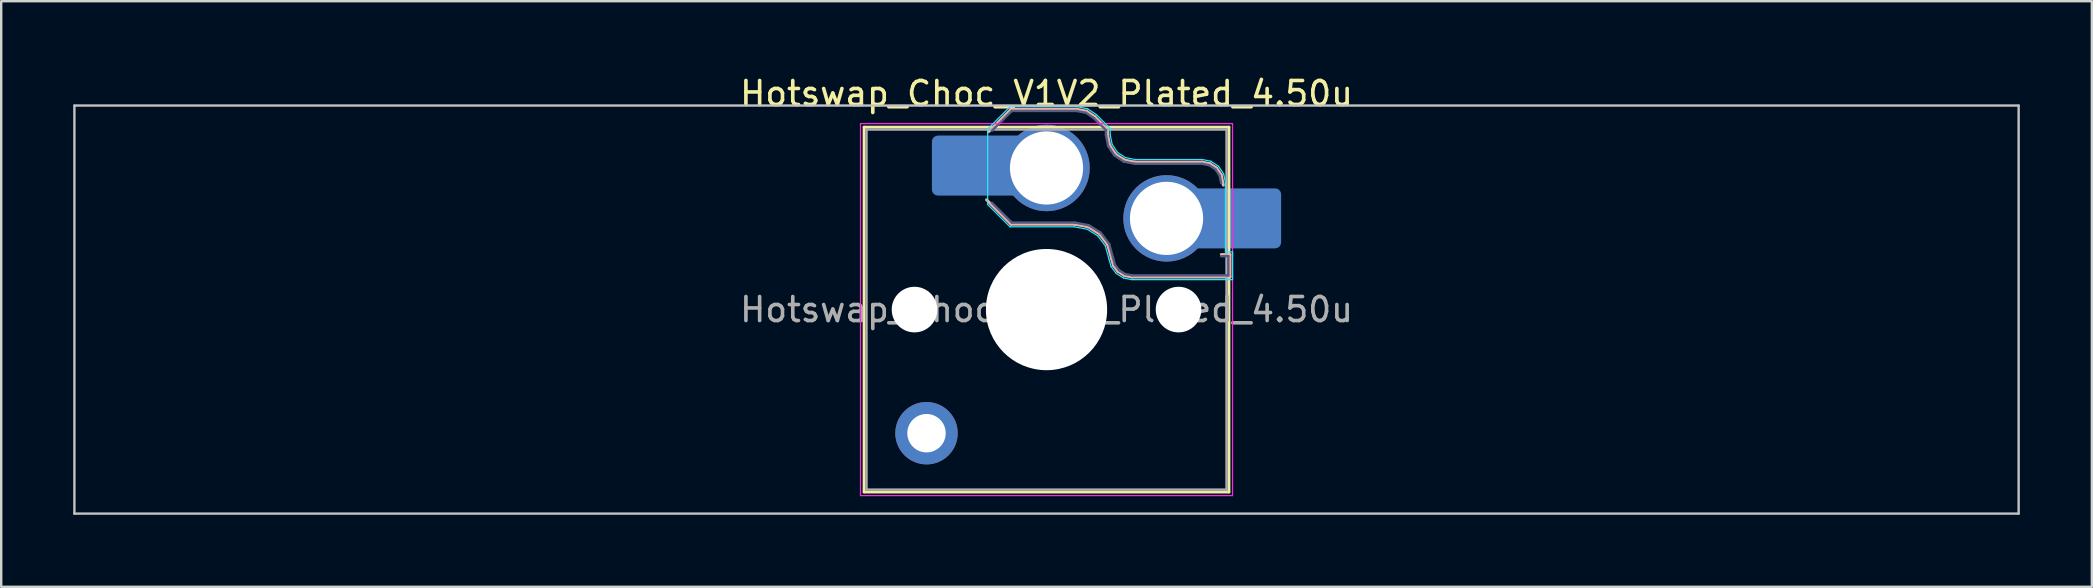
<source format=kicad_pcb>
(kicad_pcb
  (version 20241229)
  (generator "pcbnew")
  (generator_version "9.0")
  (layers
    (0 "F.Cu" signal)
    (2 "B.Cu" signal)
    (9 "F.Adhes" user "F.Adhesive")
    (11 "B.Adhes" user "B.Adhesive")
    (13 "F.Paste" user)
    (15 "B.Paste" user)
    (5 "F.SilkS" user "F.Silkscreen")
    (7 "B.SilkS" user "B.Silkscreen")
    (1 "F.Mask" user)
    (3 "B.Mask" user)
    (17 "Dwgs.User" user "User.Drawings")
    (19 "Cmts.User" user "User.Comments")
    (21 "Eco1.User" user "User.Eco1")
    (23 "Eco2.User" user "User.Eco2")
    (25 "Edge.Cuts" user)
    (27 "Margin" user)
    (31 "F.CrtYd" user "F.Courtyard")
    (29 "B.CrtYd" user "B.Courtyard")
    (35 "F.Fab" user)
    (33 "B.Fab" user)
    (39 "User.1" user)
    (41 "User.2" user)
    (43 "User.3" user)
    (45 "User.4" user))
  (footprint "Hotswap_Choc_V1V2_Plated_4.50u"
    (layer "F.Cu")
    (at 40.55 9.848)
    (property "Reference" "Hotswap_Choc_V1V2_Plated_4.50u" (at 0 -9 0) (layer "F.SilkS") (effects (font (size 1 1) (thickness 0.15))))
    (attr smd allow_soldermask_bridges)
    (fp_line (start -7.6 -7.6) (end -7.6 7.6) (stroke (width 0.12) (type solid)) (layer "F.SilkS"))
    (fp_line (start -7.6 7.6) (end 7.6 7.6) (stroke (width 0.12) (type solid)) (layer "F.SilkS"))
    (fp_line (start 7.6 -7.6) (end -7.6 -7.6) (stroke (width 0.12) (type solid)) (layer "F.SilkS"))
    (fp_line (start 7.6 7.6) (end 7.6 -7.6) (stroke (width 0.12) (type solid)) (layer "F.SilkS"))
    (fp_line (start -2.416 -7.409) (end -1.479 -8.346) (stroke (width 0.12) (type solid)) (layer "B.SilkS"))
    (fp_line (start -1.479 -8.346) (end 1.268 -8.346) (stroke (width 0.12) (type solid)) (layer "B.SilkS"))
    (fp_line (start -1.479 -3.554) (end -2.5 -4.575) (stroke (width 0.12) (type solid)) (layer "B.SilkS"))
    (fp_line (start 1.168 -3.554) (end -1.479 -3.554) (stroke (width 0.12) (type solid)) (layer "B.SilkS"))
    (fp_line (start 1.268 -8.346) (end 1.671 -8.266) (stroke (width 0.12) (type solid)) (layer "B.SilkS"))
    (fp_line (start 1.671 -8.266) (end 2.013 -8.037) (stroke (width 0.12) (type solid)) (layer "B.SilkS"))
    (fp_line (start 1.73 -3.449) (end 1.168 -3.554) (stroke (width 0.12) (type solid)) (layer "B.SilkS"))
    (fp_line (start 2.013 -8.037) (end 2.546 -7.504) (stroke (width 0.12) (type solid)) (layer "B.SilkS"))
    (fp_line (start 2.209 -3.15) (end 1.73 -3.449) (stroke (width 0.12) (type solid)) (layer "B.SilkS"))
    (fp_line (start 2.546 -7.504) (end 2.546 -7.282) (stroke (width 0.12) (type solid)) (layer "B.SilkS"))
    (fp_line (start 2.546 -7.282) (end 2.633 -6.844) (stroke (width 0.12) (type solid)) (layer "B.SilkS"))
    (fp_line (start 2.547 -2.697) (end 2.209 -3.15) (stroke (width 0.12) (type solid)) (layer "B.SilkS"))
    (fp_line (start 2.633 -6.844) (end 2.877 -6.477) (stroke (width 0.12) (type solid)) (layer "B.SilkS"))
    (fp_line (start 2.701 -2.139) (end 2.547 -2.697) (stroke (width 0.12) (type solid)) (layer "B.SilkS"))
    (fp_line (start 2.783 -1.841) (end 2.701 -2.139) (stroke (width 0.12) (type solid)) (layer "B.SilkS"))
    (fp_line (start 2.877 -6.477) (end 3.244 -6.233) (stroke (width 0.12) (type solid)) (layer "B.SilkS"))
    (fp_line (start 2.976 -1.583) (end 2.783 -1.841) (stroke (width 0.12) (type solid)) (layer "B.SilkS"))
    (fp_line (start 3.244 -6.233) (end 3.682 -6.146) (stroke (width 0.12) (type solid)) (layer "B.SilkS"))
    (fp_line (start 3.25 -1.413) (end 2.976 -1.583) (stroke (width 0.12) (type solid)) (layer "B.SilkS"))
    (fp_line (start 3.56 -1.354) (end 3.25 -1.413) (stroke (width 0.12) (type solid)) (layer "B.SilkS"))
    (fp_line (start 3.682 -6.146) (end 6.482 -6.146) (stroke (width 0.12) (type solid)) (layer "B.SilkS"))
    (fp_line (start 6.482 -6.146) (end 6.809 -6.081) (stroke (width 0.12) (type solid)) (layer "B.SilkS"))
    (fp_line (start 6.809 -6.081) (end 7.092 -5.892) (stroke (width 0.12) (type solid)) (layer "B.SilkS"))
    (fp_line (start 7.092 -5.892) (end 7.281 -5.609) (stroke (width 0.12) (type solid)) (layer "B.SilkS"))
    (fp_line (start 7.281 -5.609) (end 7.366 -5.182) (stroke (width 0.12) (type solid)) (layer "B.SilkS"))
    (fp_line (start 7.283 -2.296) (end 7.646 -2.296) (stroke (width 0.12) (type solid)) (layer "B.SilkS"))
    (fp_line (start 7.646 -2.296) (end 7.646 -1.354) (stroke (width 0.12) (type solid)) (layer "B.SilkS"))
    (fp_line (start 7.646 -1.354) (end 3.56 -1.354) (stroke (width 0.12) (type solid)) (layer "B.SilkS"))
    (fp_line (start -40.5 -8.5) (end -40.5 8.5) (stroke (width 0.1) (type solid)) (layer "Dwgs.User"))
    (fp_line (start -40.5 8.5) (end 40.5 8.5) (stroke (width 0.1) (type solid)) (layer "Dwgs.User"))
    (fp_line (start 40.5 -8.5) (end -40.5 -8.5) (stroke (width 0.1) (type solid)) (layer "Dwgs.User"))
    (fp_line (start 40.5 8.5) (end 40.5 -8.5) (stroke (width 0.1) (type solid)) (layer "Dwgs.User"))
    (fp_line (start -7.25 -7.25) (end -7.25 7.25) (stroke (width 0.1) (type solid)) (layer "Eco1.User"))
    (fp_line (start -7.25 7.25) (end 7.25 7.25) (stroke (width 0.1) (type solid)) (layer "Eco1.User"))
    (fp_line (start 7.25 -7.25) (end -7.25 -7.25) (stroke (width 0.1) (type solid)) (layer "Eco1.User"))
    (fp_line (start 7.25 7.25) (end 7.25 -7.25) (stroke (width 0.1) (type solid)) (layer "Eco1.User"))
    (fp_line (start -2.452 -7.523) (end -1.523 -8.452) (stroke (width 0.05) (type solid)) (layer "B.CrtYd"))
    (fp_line (start -2.452 -4.377) (end -2.452 -7.523) (stroke (width 0.05) (type solid)) (layer "B.CrtYd"))
    (fp_line (start -1.523 -8.452) (end 1.278 -8.452) (stroke (width 0.05) (type solid)) (layer "B.CrtYd"))
    (fp_line (start -1.523 -3.448) (end -2.452 -4.377) (stroke (width 0.05) (type solid)) (layer "B.CrtYd"))
    (fp_line (start 1.159 -3.448) (end -1.523 -3.448) (stroke (width 0.05) (type solid)) (layer "B.CrtYd"))
    (fp_line (start 1.278 -8.452) (end 1.712 -8.366) (stroke (width 0.05) (type solid)) (layer "B.CrtYd"))
    (fp_line (start 1.691 -3.348) (end 1.159 -3.448) (stroke (width 0.05) (type solid)) (layer "B.CrtYd"))
    (fp_line (start 1.712 -8.366) (end 2.081 -8.119) (stroke (width 0.05) (type solid)) (layer "B.CrtYd"))
    (fp_line (start 2.081 -8.119) (end 2.652 -7.548) (stroke (width 0.05) (type solid)) (layer "B.CrtYd"))
    (fp_line (start 2.136 -3.071) (end 1.691 -3.348) (stroke (width 0.05) (type solid)) (layer "B.CrtYd"))
    (fp_line (start 2.45 -2.65) (end 2.136 -3.071) (stroke (width 0.05) (type solid)) (layer "B.CrtYd"))
    (fp_line (start 2.599 -2.111) (end 2.45 -2.65) (stroke (width 0.05) (type solid)) (layer "B.CrtYd"))
    (fp_line (start 2.652 -7.548) (end 2.652 -7.292) (stroke (width 0.05) (type solid)) (layer "B.CrtYd"))
    (fp_line (start 2.652 -7.292) (end 2.733 -6.885) (stroke (width 0.05) (type solid)) (layer "B.CrtYd"))
    (fp_line (start 2.687 -1.794) (end 2.599 -2.111) (stroke (width 0.05) (type solid)) (layer "B.CrtYd"))
    (fp_line (start 2.733 -6.885) (end 2.953 -6.553) (stroke (width 0.05) (type solid)) (layer "B.CrtYd"))
    (fp_line (start 2.903 -1.503) (end 2.687 -1.794) (stroke (width 0.05) (type solid)) (layer "B.CrtYd"))
    (fp_line (start 2.953 -6.553) (end 3.285 -6.333) (stroke (width 0.05) (type solid)) (layer "B.CrtYd"))
    (fp_line (start 3.211 -1.312) (end 2.903 -1.503) (stroke (width 0.05) (type solid)) (layer "B.CrtYd"))
    (fp_line (start 3.285 -6.333) (end 3.692 -6.252) (stroke (width 0.05) (type solid)) (layer "B.CrtYd"))
    (fp_line (start 3.55 -1.248) (end 3.211 -1.312) (stroke (width 0.05) (type solid)) (layer "B.CrtYd"))
    (fp_line (start 3.692 -6.252) (end 6.492 -6.252) (stroke (width 0.05) (type solid)) (layer "B.CrtYd"))
    (fp_line (start 6.492 -6.252) (end 6.85 -6.181) (stroke (width 0.05) (type solid)) (layer "B.CrtYd"))
    (fp_line (start 6.85 -6.181) (end 7.168 -5.968) (stroke (width 0.05) (type solid)) (layer "B.CrtYd"))
    (fp_line (start 7.168 -5.968) (end 7.381 -5.65) (stroke (width 0.05) (type solid)) (layer "B.CrtYd"))
    (fp_line (start 7.381 -5.65) (end 7.452 -5.292) (stroke (width 0.05) (type solid)) (layer "B.CrtYd"))
    (fp_line (start 7.452 -5.292) (end 7.452 -2.402) (stroke (width 0.05) (type solid)) (layer "B.CrtYd"))
    (fp_line (start 7.452 -2.402) (end 7.752 -2.402) (stroke (width 0.05) (type solid)) (layer "B.CrtYd"))
    (fp_line (start 7.752 -2.402) (end 7.752 -1.248) (stroke (width 0.05) (type solid)) (layer "B.CrtYd"))
    (fp_line (start 7.752 -1.248) (end 3.55 -1.248) (stroke (width 0.05) (type solid)) (layer "B.CrtYd"))
    (fp_line (start -7.75 -7.75) (end -7.75 7.75) (stroke (width 0.05) (type solid)) (layer "F.CrtYd"))
    (fp_line (start -7.75 7.75) (end 7.75 7.75) (stroke (width 0.05) (type solid)) (layer "F.CrtYd"))
    (fp_line (start 7.75 -7.75) (end -7.75 -7.75) (stroke (width 0.05) (type solid)) (layer "F.CrtYd"))
    (fp_line (start 7.75 7.75) (end 7.75 -7.75) (stroke (width 0.05) (type solid)) (layer "F.CrtYd"))
    (fp_line (start -2.275 -7.45) (end -1.45 -8.275) (stroke (width 0.1) (type solid)) (layer "B.Fab"))
    (fp_line (start -1.45 -8.275) (end 1.261 -8.275) (stroke (width 0.1) (type solid)) (layer "B.Fab"))
    (fp_line (start -1.45 -3.625) (end -2.275 -4.45) (stroke (width 0.1) (type solid)) (layer "B.Fab"))
    (fp_line (start 1.175 -3.625) (end -1.45 -3.625) (stroke (width 0.1) (type solid)) (layer "B.Fab"))
    (fp_line (start 1.261 -8.275) (end 1.643 -8.199) (stroke (width 0.1) (type solid)) (layer "B.Fab"))
    (fp_line (start 1.643 -8.199) (end 1.968 -7.982) (stroke (width 0.1) (type solid)) (layer "B.Fab"))
    (fp_line (start 1.756 -3.516) (end 1.175 -3.625) (stroke (width 0.1) (type solid)) (layer "B.Fab"))
    (fp_line (start 1.968 -7.982) (end 2.475 -7.475) (stroke (width 0.1) (type solid)) (layer "B.Fab"))
    (fp_line (start 2.258 -3.203) (end 1.756 -3.516) (stroke (width 0.1) (type solid)) (layer "B.Fab"))
    (fp_line (start 2.475 -7.475) (end 2.475 -7.275) (stroke (width 0.1) (type solid)) (layer "B.Fab"))
    (fp_line (start 2.475 -7.275) (end 2.566 -6.816) (stroke (width 0.1) (type solid)) (layer "B.Fab"))
    (fp_line (start 2.566 -6.816) (end 2.826 -6.426) (stroke (width 0.1) (type solid)) (layer "B.Fab"))
    (fp_line (start 2.612 -2.729) (end 2.258 -3.203) (stroke (width 0.1) (type solid)) (layer "B.Fab"))
    (fp_line (start 2.769 -2.158) (end 2.612 -2.729) (stroke (width 0.1) (type solid)) (layer "B.Fab"))
    (fp_line (start 2.826 -6.426) (end 3.216 -6.166) (stroke (width 0.1) (type solid)) (layer "B.Fab"))
    (fp_line (start 2.848 -1.873) (end 2.769 -2.158) (stroke (width 0.1) (type solid)) (layer "B.Fab"))
    (fp_line (start 3.025 -1.636) (end 2.848 -1.873) (stroke (width 0.1) (type solid)) (layer "B.Fab"))
    (fp_line (start 3.216 -6.166) (end 3.675 -6.075) (stroke (width 0.1) (type solid)) (layer "B.Fab"))
    (fp_line (start 3.276 -1.48) (end 3.025 -1.636) (stroke (width 0.1) (type solid)) (layer "B.Fab"))
    (fp_line (start 3.567 -1.425) (end 3.276 -1.48) (stroke (width 0.1) (type solid)) (layer "B.Fab"))
    (fp_line (start 3.675 -6.075) (end 6.475 -6.075) (stroke (width 0.1) (type solid)) (layer "B.Fab"))
    (fp_line (start 6.475 -6.075) (end 6.781 -6.014) (stroke (width 0.1) (type solid)) (layer "B.Fab"))
    (fp_line (start 6.781 -6.014) (end 7.041 -5.841) (stroke (width 0.1) (type solid)) (layer "B.Fab"))
    (fp_line (start 7.041 -5.841) (end 7.214 -5.581) (stroke (width 0.1) (type solid)) (layer "B.Fab"))
    (fp_line (start 7.214 -5.581) (end 7.275 -5.275) (stroke (width 0.1) (type solid)) (layer "B.Fab"))
    (fp_line (start 7.275 -2.225) (end 7.575 -2.225) (stroke (width 0.1) (type solid)) (layer "B.Fab"))
    (fp_line (start 7.575 -2.225) (end 7.575 -1.425) (stroke (width 0.1) (type solid)) (layer "B.Fab"))
    (fp_line (start 7.575 -1.425) (end 3.567 -1.425) (stroke (width 0.1) (type solid)) (layer "B.Fab"))
    (fp_line (start -7.5 -7.5) (end -7.5 7.5) (stroke (width 0.1) (type solid)) (layer "F.Fab"))
    (fp_line (start -7.5 7.5) (end 7.5 7.5) (stroke (width 0.1) (type solid)) (layer "F.Fab"))
    (fp_line (start 7.5 -7.5) (end -7.5 -7.5) (stroke (width 0.1) (type solid)) (layer "F.Fab"))
    (fp_line (start 7.5 7.5) (end 7.5 -7.5) (stroke (width 0.1) (type solid)) (layer "F.Fab"))
    (fp_text user "${REFERENCE}" (at 0 0 0) (layer "F.Fab") (effects (font (size 1 1) (thickness 0.15))))
    (pad "" np_thru_hole circle (at -5.5 0) (size 1.9 1.9) (drill 1.9) (layers "*.Cu" "*.Mask"))
    (pad "" thru_hole circle (at -5 5.15) (size 2.6 2.6) (drill 1.6) (layers "*.Cu" "*.Mask"))
    (pad "" smd roundrect (at -3.5 -6) (size 2.55 2.5) (layers "B.Mask" "B.Paste") (roundrect_rratio 0.1))
    (pad "" np_thru_hole circle (at 0 0) (size 5.05 5.05) (drill 5.05) (layers "*.Cu" "*.Mask"))
    (pad "" np_thru_hole circle (at 5.5 0) (size 1.9 1.9) (drill 1.9) (layers "*.Cu" "*.Mask"))
    (pad "" smd roundrect (at 8.5 -3.8) (size 2.55 2.5) (layers "B.Mask" "B.Paste") (roundrect_rratio 0.1))
    (pad "1" smd roundrect (at -2.85 -6) (size 3.85 2.5) (layers "B.Cu") (roundrect_rratio 0.1))
    (pad "1" thru_hole circle (at 0 -5.9) (size 3.6 3.6) (drill 3.05) (layers "*.Cu" "*.Mask"))
    (pad "2" thru_hole circle (at 5 -3.8) (size 3.6 3.6) (drill 3.05) (layers "*.Cu" "*.Mask"))
    (pad "2" smd roundrect (at 7.85 -3.8) (size 3.85 2.5) (layers "B.Cu") (roundrect_rratio 0.1)))
  (gr_rect
    (start -3 -3)
    (end 84.1 21.398)
    (stroke (width 0.1) (type default))
    (fill no)
    (layer "Edge.Cuts")))
</source>
